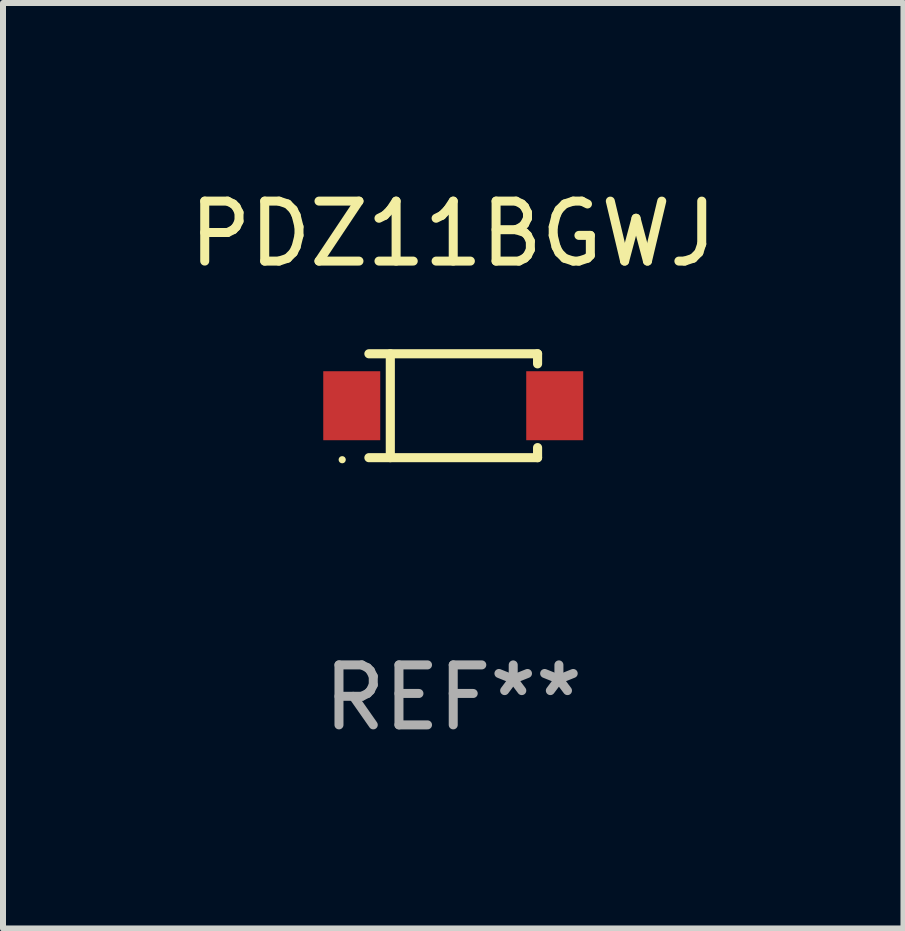
<source format=kicad_pcb>
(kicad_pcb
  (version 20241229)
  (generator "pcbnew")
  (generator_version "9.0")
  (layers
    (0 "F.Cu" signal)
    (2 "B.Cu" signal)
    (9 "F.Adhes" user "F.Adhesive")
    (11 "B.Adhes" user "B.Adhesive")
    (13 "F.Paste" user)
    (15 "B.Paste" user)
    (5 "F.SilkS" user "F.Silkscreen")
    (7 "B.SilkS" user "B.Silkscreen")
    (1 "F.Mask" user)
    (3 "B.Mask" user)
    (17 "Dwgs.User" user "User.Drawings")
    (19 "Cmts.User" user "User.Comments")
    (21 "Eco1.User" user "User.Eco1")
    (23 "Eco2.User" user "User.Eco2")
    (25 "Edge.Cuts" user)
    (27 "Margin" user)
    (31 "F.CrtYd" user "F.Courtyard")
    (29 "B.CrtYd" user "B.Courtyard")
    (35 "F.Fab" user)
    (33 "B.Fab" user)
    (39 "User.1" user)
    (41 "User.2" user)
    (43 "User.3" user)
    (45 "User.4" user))
  (footprint "PDZ11BGWJ"
    (layer "F.Cu")
    (at 4.506 3.714)
    (property "Reference" "PDZ11BGWJ" (at 0 -2.866 0) (layer "F.SilkS") (effects (font (size 1 1) (thickness 0.15))))
    (attr through_hole)
    (fp_line (start -1.406 -0.866) (end 1.406 -0.866) (stroke (width 0.152) (type solid)) (layer "F.SilkS"))
    (fp_line (start -1.406 0.866) (end 1.406 0.866) (stroke (width 0.152) (type solid)) (layer "F.SilkS"))
    (fp_line (start -1.049 -0.866) (end -1.049 0.866) (stroke (width 0.152) (type solid)) (layer "F.SilkS"))
    (fp_line (start 1.406 -0.866) (end 1.406 -0.698) (stroke (width 0.152) (type solid)) (layer "F.SilkS"))
    (fp_line (start 1.406 0.866) (end 1.406 0.698) (stroke (width 0.152) (type solid)) (layer "F.SilkS"))
    (fp_circle (center -1.851 0.9) (end -1.821 0.9) (stroke (width 0.06) (type solid)) (fill no) (layer "F.SilkS"))
    (fp_text user "REF**" (at 0 4.866 0) (layer "F.Fab") (effects (font (size 1 1) (thickness 0.15))))
    (pad "1" smd rect (at -1.692 0) (size 0.95 1.15) (layers "F.Cu" "F.Mask" "F.Paste"))
    (pad "2" smd rect (at 1.692 0) (size 0.95 1.15) (layers "F.Cu" "F.Mask" "F.Paste")))
  (gr_rect
    (start -3 -3)
    (end 12.012 12.429)
    (stroke (width 0.1) (type default))
    (fill no)
    (layer "Edge.Cuts")))
</source>
